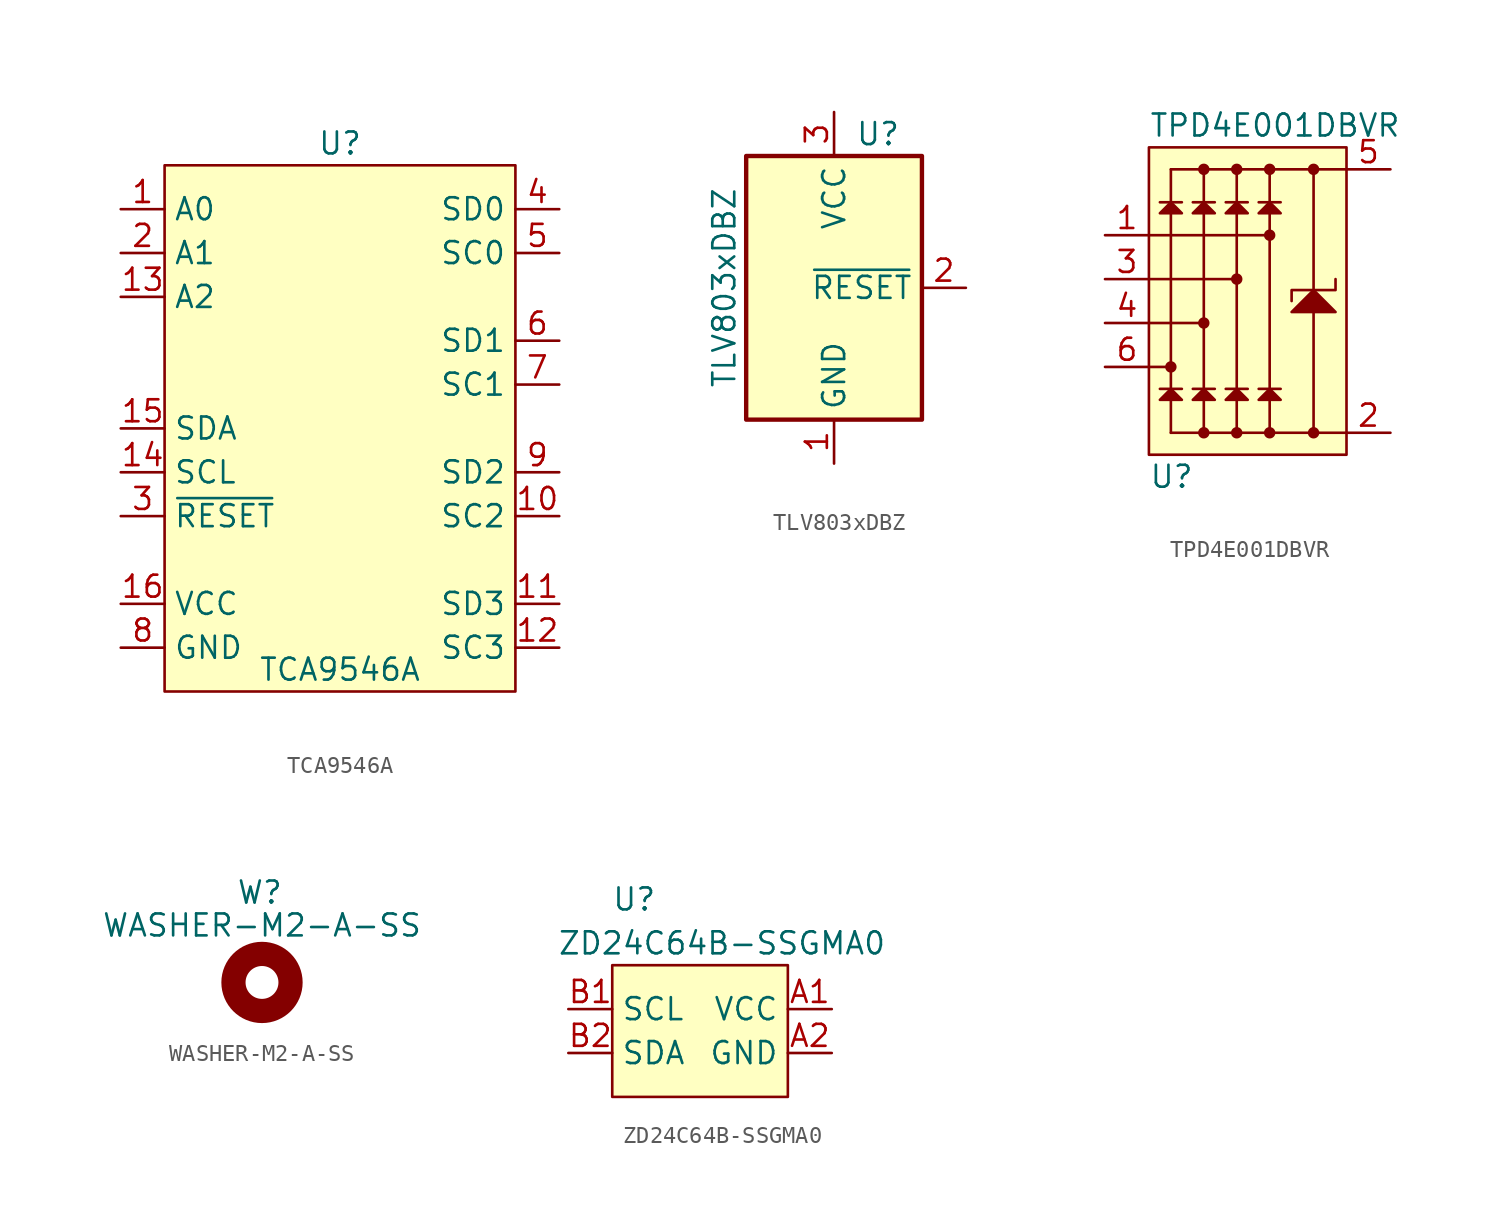
<source format=kicad_sym>
(kicad_symbol_lib
  (version 20211014)
  (generator kicad_symbol_editor)
  (symbol "TCA9546A"
    (property "Reference" "U"
      (at 10.16 1.27 0)
      (effects (font (size 1.27 1.27))))
    (property "Value" "TCA9546A"
      (at 10.16 -29.21 0)
      (effects (font (size 1.27 1.27))))
    (symbol "TCA9546A_0_0"
      (pin input line (at -2.54 -2.54 0) (length 2.54) (name "A0" (effects (font (size 1.27 1.27)))) (number "1" (effects (font (size 1.27 1.27)))))
      (pin bidirectional line (at 22.86 -20.32 180) (length 2.54) (name "SC2" (effects (font (size 1.27 1.27)))) (number "10" (effects (font (size 1.27 1.27)))))
      (pin bidirectional line (at 22.86 -25.4 180) (length 2.54) (name "SD3" (effects (font (size 1.27 1.27)))) (number "11" (effects (font (size 1.27 1.27)))))
      (pin bidirectional line (at 22.86 -27.94 180) (length 2.54) (name "SC3" (effects (font (size 1.27 1.27)))) (number "12" (effects (font (size 1.27 1.27)))))
      (pin input line (at -2.54 -7.62 0) (length 2.54) (name "A2" (effects (font (size 1.27 1.27)))) (number "13" (effects (font (size 1.27 1.27)))))
      (pin bidirectional line (at -2.54 -17.78 0) (length 2.54) (name "SCL" (effects (font (size 1.27 1.27)))) (number "14" (effects (font (size 1.27 1.27)))))
      (pin bidirectional line (at -2.54 -15.24 0) (length 2.54) (name "SDA" (effects (font (size 1.27 1.27)))) (number "15" (effects (font (size 1.27 1.27)))))
      (pin power_in line (at -2.54 -25.4 0) (length 2.54) (name "VCC" (effects (font (size 1.27 1.27)))) (number "16" (effects (font (size 1.27 1.27)))))
      (pin input line (at -2.54 -5.08 0) (length 2.54) (name "A1" (effects (font (size 1.27 1.27)))) (number "2" (effects (font (size 1.27 1.27)))))
      (pin input line (at -2.54 -20.32 0) (length 2.54) (name "~{RESET}" (effects (font (size 1.27 1.27)))) (number "3" (effects (font (size 1.27 1.27)))))
      (pin bidirectional line (at 22.86 -2.54 180) (length 2.54) (name "SD0" (effects (font (size 1.27 1.27)))) (number "4" (effects (font (size 1.27 1.27)))))
      (pin bidirectional line (at 22.86 -5.08 180) (length 2.54) (name "SC0" (effects (font (size 1.27 1.27)))) (number "5" (effects (font (size 1.27 1.27)))))
      (pin bidirectional line (at 22.86 -10.16 180) (length 2.54) (name "SD1" (effects (font (size 1.27 1.27)))) (number "6" (effects (font (size 1.27 1.27)))))
      (pin bidirectional line (at 22.86 -12.7 180) (length 2.54) (name "SC1" (effects (font (size 1.27 1.27)))) (number "7" (effects (font (size 1.27 1.27)))))
      (pin power_in line (at -2.54 -27.94 0) (length 2.54) (name "GND" (effects (font (size 1.27 1.27)))) (number "8" (effects (font (size 1.27 1.27)))))
      (pin bidirectional line (at 22.86 -17.78 180) (length 2.54) (name "SD2" (effects (font (size 1.27 1.27)))) (number "9" (effects (font (size 1.27 1.27))))))
    (symbol "TCA9546A_0_1"
      (rectangle (start 0 0) (end 20.32 -30.48) (stroke (width 0.152) (type default) (color 0 0 0 0)) (fill (type background)))))
  (symbol "TLV803xDBZ"
    (property "Reference" "U"
      (at 2.54 8.89 0)
      (effects (font (size 1.27 1.27))))
    (property "Value" "TLV803xDBZ"
      (at -6.35 0 90)
      (effects (font (size 1.27 1.27))))
    (symbol "TLV803xDBZ_0_1"
      (rectangle (start 5.08 7.62) (end -5.08 -7.62) (stroke (width 0.254) (type default) (color 0 0 0 0)) (fill (type background))))
    (symbol "TLV803xDBZ_1_1"
      (pin power_in line (at 0 -10.16 90) (length 2.54) (name "GND" (effects (font (size 1.27 1.27)))) (number "1" (effects (font (size 1.27 1.27)))))
      (pin open_collector line (at 7.62 0 180) (length 2.54) (name "~{RESET}" (effects (font (size 1.27 1.27)))) (number "2" (effects (font (size 1.27 1.27)))))
      (pin power_in line (at 0 10.16 270) (length 2.54) (name "VCC" (effects (font (size 1.27 1.27)))) (number "3" (effects (font (size 1.27 1.27)))))))
  (symbol "TPD4E001DBVR"
    (pin_names
      (offset 0) hide)
    (property "Reference" "U"
      (at 0 -19.05 0)
      (effects (font (size 1.27 1.27)) (justify left)))
    (property "Value" "TPD4E001DBVR"
      (at 0 1.27 0)
      (effects (font (size 1.27 1.27)) (justify left)))
    (symbol "TPD4E001DBVR_0_1"
      (polyline (pts (xy 0 -12.7) (xy 1.27 -12.7)) (stroke (width 0) (type default) (color 0 0 0 0)) (fill (type none)))
      (polyline (pts (xy 0 -10.16) (xy 3.175 -10.16)) (stroke (width 0) (type default) (color 0 0 0 0)) (fill (type none)))
      (polyline (pts (xy 0 -7.62) (xy 5.08 -7.62)) (stroke (width 0) (type default) (color 0 0 0 0)) (fill (type none)))
      (polyline (pts (xy 0 -5.08) (xy 6.985 -5.08)) (stroke (width 0) (type default) (color 0 0 0 0)) (fill (type none)))
      (polyline (pts (xy 0.635 -13.97) (xy 1.905 -13.97)) (stroke (width 0) (type default) (color 0 0 0 0)) (fill (type none)))
      (polyline (pts (xy 0.635 -3.175) (xy 1.905 -3.175)) (stroke (width 0) (type default) (color 0 0 0 0)) (fill (type none)))
      (polyline (pts (xy 1.27 -16.51) (xy 1.27 -14.605)) (stroke (width 0) (type default) (color 0 0 0 0)) (fill (type none)))
      (polyline (pts (xy 1.27 -16.51) (xy 11.43 -16.51)) (stroke (width 0) (type default) (color 0 0 0 0)) (fill (type none)))
      (polyline (pts (xy 1.27 -13.97) (xy 1.27 -3.81)) (stroke (width 0) (type default) (color 0 0 0 0)) (fill (type none)))
      (polyline (pts (xy 1.27 -3.175) (xy 1.27 -1.27)) (stroke (width 0) (type default) (color 0 0 0 0)) (fill (type none)))
      (polyline (pts (xy 1.27 -1.27) (xy 11.43 -1.27)) (stroke (width 0) (type default) (color 0 0 0 0)) (fill (type none)))
      (polyline (pts (xy 2.54 -13.97) (xy 3.81 -13.97)) (stroke (width 0) (type default) (color 0 0 0 0)) (fill (type none)))
      (polyline (pts (xy 2.54 -3.175) (xy 3.81 -3.175)) (stroke (width 0) (type default) (color 0 0 0 0)) (fill (type none)))
      (polyline (pts (xy 3.175 -16.51) (xy 3.175 -14.605)) (stroke (width 0) (type default) (color 0 0 0 0)) (fill (type none)))
      (polyline (pts (xy 3.175 -3.81) (xy 3.175 -13.97)) (stroke (width 0) (type default) (color 0 0 0 0)) (fill (type none)))
      (polyline (pts (xy 3.175 -3.175) (xy 3.175 -1.27)) (stroke (width 0) (type default) (color 0 0 0 0)) (fill (type none)))
      (polyline (pts (xy 4.445 -13.97) (xy 5.715 -13.97)) (stroke (width 0) (type default) (color 0 0 0 0)) (fill (type none)))
      (polyline (pts (xy 4.445 -3.175) (xy 5.715 -3.175)) (stroke (width 0) (type default) (color 0 0 0 0)) (fill (type none)))
      (polyline (pts (xy 5.08 -16.51) (xy 5.08 -14.605)) (stroke (width 0) (type default) (color 0 0 0 0)) (fill (type none)))
      (polyline (pts (xy 5.08 -13.97) (xy 5.08 -3.81)) (stroke (width 0) (type default) (color 0 0 0 0)) (fill (type none)))
      (polyline (pts (xy 5.08 -3.175) (xy 5.08 -1.27)) (stroke (width 0) (type default) (color 0 0 0 0)) (fill (type none)))
      (polyline (pts (xy 6.35 -13.97) (xy 7.62 -13.97)) (stroke (width 0) (type default) (color 0 0 0 0)) (fill (type none)))
      (polyline (pts (xy 6.35 -3.175) (xy 7.62 -3.175)) (stroke (width 0) (type default) (color 0 0 0 0)) (fill (type none)))
      (polyline (pts (xy 6.985 -16.51) (xy 6.985 -14.605)) (stroke (width 0) (type default) (color 0 0 0 0)) (fill (type none)))
      (polyline (pts (xy 6.985 -3.81) (xy 6.985 -13.97)) (stroke (width 0) (type default) (color 0 0 0 0)) (fill (type none)))
      (polyline (pts (xy 6.985 -3.175) (xy 6.985 -1.27)) (stroke (width 0) (type default) (color 0 0 0 0)) (fill (type none)))
      (polyline (pts (xy 9.525 -16.51) (xy 9.525 -9.525)) (stroke (width 0) (type default) (color 0 0 0 0)) (fill (type none)))
      (polyline (pts (xy 9.525 -8.255) (xy 9.525 -1.27)) (stroke (width 0) (type default) (color 0 0 0 0)) (fill (type none)))
      (polyline (pts (xy 0.635 -3.81) (xy 1.905 -3.81) (xy 1.27 -3.175) (xy 0.635 -3.81)) (stroke (width 0) (type default) (color 0 0 0 0)) (fill (type outline)))
      (polyline (pts (xy 1.27 -13.97) (xy 0.635 -14.605) (xy 1.905 -14.605) (xy 1.27 -13.97)) (stroke (width 0) (type default) (color 0 0 0 0)) (fill (type outline)))
      (polyline (pts (xy 2.54 -14.605) (xy 3.81 -14.605) (xy 3.175 -13.97) (xy 2.54 -14.605)) (stroke (width 0) (type default) (color 0 0 0 0)) (fill (type outline)))
      (polyline (pts (xy 2.54 -3.81) (xy 3.81 -3.81) (xy 3.175 -3.175) (xy 2.54 -3.81)) (stroke (width 0) (type default) (color 0 0 0 0)) (fill (type outline)))
      (polyline (pts (xy 4.445 -3.81) (xy 5.715 -3.81) (xy 5.08 -3.175) (xy 4.445 -3.81)) (stroke (width 0) (type default) (color 0 0 0 0)) (fill (type outline)))
      (polyline (pts (xy 6.35 -14.605) (xy 7.62 -14.605) (xy 6.985 -13.97) (xy 6.35 -14.605)) (stroke (width 0) (type default) (color 0 0 0 0)) (fill (type outline)))
      (polyline (pts (xy 6.35 -3.81) (xy 7.62 -3.81) (xy 6.985 -3.175) (xy 6.35 -3.81)) (stroke (width 0) (type default) (color 0 0 0 0)) (fill (type outline)))
      (polyline (pts (xy 8.255 -9.525) (xy 10.795 -9.525) (xy 9.525 -8.255) (xy 8.255 -9.525)) (stroke (width 0) (type default) (color 0 0 0 0)) (fill (type outline)))
      (polyline (pts (xy 8.255 -8.89) (xy 8.255 -8.255) (xy 10.795 -8.255) (xy 10.795 -7.62)) (stroke (width 0) (type default) (color 0 0 0 0)) (fill (type none)))
      (polyline (pts (xy 4.445 -14.605) (xy 5.715 -14.605) (xy 5.08 -13.97) (xy 4.445 -14.605) (xy 5.715 -14.605)) (stroke (width 0) (type default) (color 0 0 0 0)) (fill (type outline)))
      (rectangle (start 0 0) (end 11.43 -17.78) (stroke (width 0) (type default) (color 0 0 0 0)) (fill (type background)))
      (circle (center 1.27 -12.7) (radius 0.254) (stroke (width 0) (type default) (color 0 0 0 0)) (fill (type outline)))
      (circle (center 3.175 -16.51) (radius 0.254) (stroke (width 0) (type default) (color 0 0 0 0)) (fill (type outline)))
      (circle (center 3.175 -10.16) (radius 0.254) (stroke (width 0) (type default) (color 0 0 0 0)) (fill (type outline)))
      (circle (center 3.175 -1.27) (radius 0.254) (stroke (width 0) (type default) (color 0 0 0 0)) (fill (type outline)))
      (circle (center 5.08 -16.51) (radius 0.254) (stroke (width 0) (type default) (color 0 0 0 0)) (fill (type outline)))
      (circle (center 5.08 -7.62) (radius 0.254) (stroke (width 0) (type default) (color 0 0 0 0)) (fill (type outline)))
      (circle (center 5.08 -1.27) (radius 0.254) (stroke (width 0) (type default) (color 0 0 0 0)) (fill (type outline)))
      (circle (center 6.985 -16.51) (radius 0.254) (stroke (width 0) (type default) (color 0 0 0 0)) (fill (type outline)))
      (circle (center 6.985 -5.08) (radius 0.254) (stroke (width 0) (type default) (color 0 0 0 0)) (fill (type outline)))
      (circle (center 6.985 -1.27) (radius 0.254) (stroke (width 0) (type default) (color 0 0 0 0)) (fill (type outline)))
      (circle (center 9.525 -16.51) (radius 0.254) (stroke (width 0) (type default) (color 0 0 0 0)) (fill (type outline)))
      (circle (center 9.525 -1.27) (radius 0.254) (stroke (width 0) (type default) (color 0 0 0 0)) (fill (type outline))))
    (symbol "TPD4E001DBVR_1_1"
      (pin passive line (at -2.54 -5.08 0) (length 2.54) (name "IO1" (effects (font (size 1.27 1.27)))) (number "1" (effects (font (size 1.27 1.27)))))
      (pin passive line (at 13.97 -16.51 180) (length 2.54) (name "GND" (effects (font (size 1.27 1.27)))) (number "2" (effects (font (size 1.27 1.27)))))
      (pin passive line (at -2.54 -7.62 0) (length 2.54) (name "IO2" (effects (font (size 1.27 1.27)))) (number "3" (effects (font (size 1.27 1.27)))))
      (pin passive line (at -2.54 -10.16 0) (length 2.54) (name "IO3" (effects (font (size 1.27 1.27)))) (number "4" (effects (font (size 1.27 1.27)))))
      (pin passive line (at 13.97 -1.27 180) (length 2.54) (name "Vcc" (effects (font (size 1.27 1.27)))) (number "5" (effects (font (size 1.27 1.27)))))
      (pin passive line (at -2.54 -12.7 0) (length 2.54) (name "IO4" (effects (font (size 1.27 1.27)))) (number "6" (effects (font (size 1.27 1.27)))))))
  (symbol "WASHER-M2-A-SS"
    (property "Reference" "W"
      (at -0.127 5.207 0)
      (effects (font (size 1.27 1.27))))
    (property "Value" "WASHER-M2-A-SS"
      (at 0 3.302 0)
      (effects (font (size 1.27 1.27))))
    (symbol "WASHER-M2-A-SS_0_1"
      (circle (center 0 0) (radius 1.651) (stroke (width 1.4) (type default) (color 0 0 0 0)) (fill (type none)))))
  (symbol "ZD24C64B-SSGMA0"
    (property "Reference" "U"
      (at -3.81 7.62 0)
      (effects (font (size 1.27 1.27))))
    (property "Value" "ZD24C64B-SSGMA0"
      (at 1.27 5.08 0)
      (effects (font (size 1.27 1.27))))
    (symbol "ZD24C64B-SSGMA0_0_0"
      (pin power_in line (at 7.62 1.27 180) (length 2.54) (name "VCC" (effects (font (size 1.27 1.27)))) (number "A1" (effects (font (size 1.27 1.27)))))
      (pin power_in line (at 7.62 -1.27 180) (length 2.54) (name "GND" (effects (font (size 1.27 1.27)))) (number "A2" (effects (font (size 1.27 1.27)))))
      (pin open_collector line (at -7.62 1.27 0) (length 2.54) (name "SCL" (effects (font (size 1.27 1.27)))) (number "B1" (effects (font (size 1.27 1.27)))))
      (pin open_collector line (at -7.62 -1.27 0) (length 2.54) (name "SDA" (effects (font (size 1.27 1.27)))) (number "B2" (effects (font (size 1.27 1.27))))))
    (symbol "ZD24C64B-SSGMA0_0_1"
      (rectangle (start -5.08 3.81) (end 5.08 -3.81) (stroke (width 0.152) (type default) (color 0 0 0 0)) (fill (type background))))))
</source>
